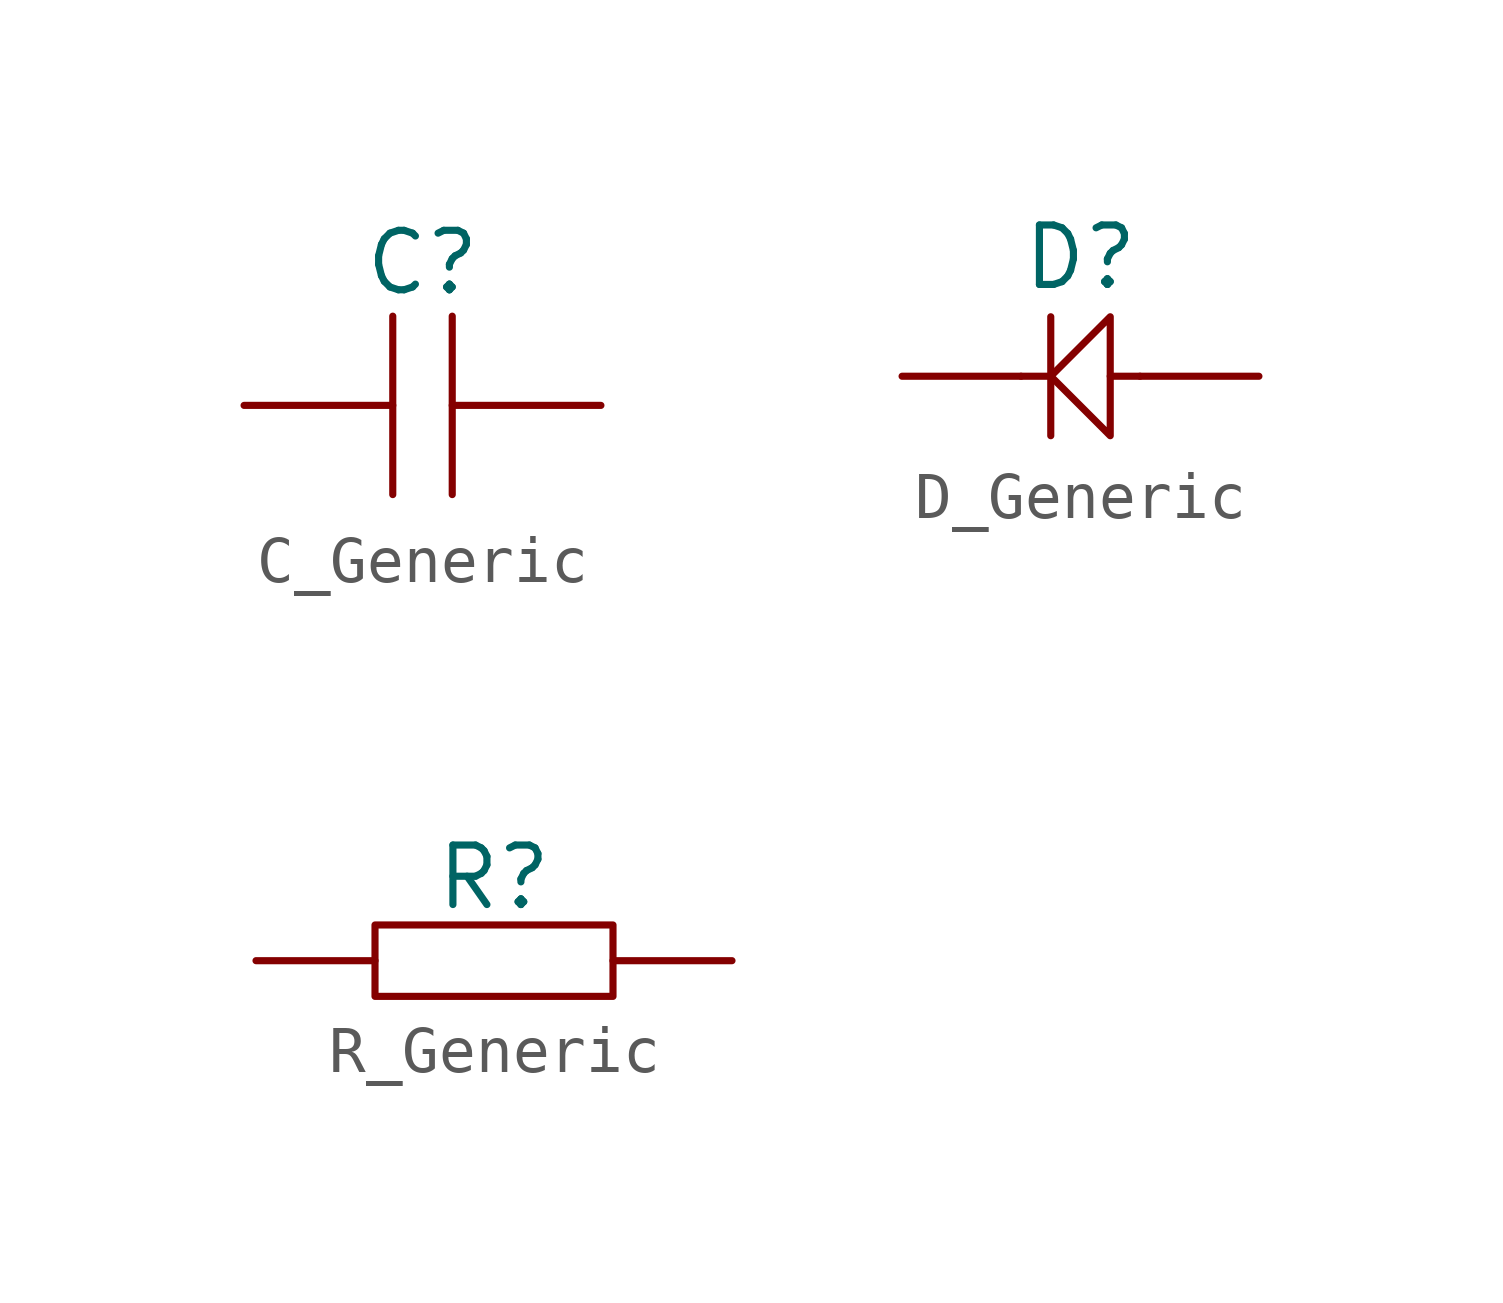
<source format=kicad_sym>
(kicad_symbol_lib
  (version 20241209)
  (generator "kicad_symbol_editor")
  (generator_version "9.0")
  (symbol "C_Generic"
    (pin_numbers
      (hide yes))
    (property "Reference" "C"
      (at 0 3.048 0)
      (effects (font (size 1.27 1.27))))
    (property "Value" ""
      (at 0 0 0)
      (effects (font (size 1.27 1.27))))
    (symbol "C_Generic_0_1"
      (polyline (pts (xy -0.635 1.905) (xy -0.635 -1.905)) (stroke (width 0) (type default)) (fill (type none)))
      (polyline (pts (xy 0.635 1.905) (xy 0.635 -1.905)) (stroke (width 0) (type default)) (fill (type none))))
    (symbol "C_Generic_1_1"
      (pin passive line (at -3.81 0 0) (length 3.175) (name "" (effects (font (size 1.27 1.27)))) (number "1" (effects (font (size 1.27 1.27)))))
      (pin passive line (at 3.81 0 180) (length 3.175) (name "" (effects (font (size 1.27 1.27)))) (number "2" (effects (font (size 1.27 1.27)))))))
  (symbol "D_Generic"
    (pin_numbers
      (hide yes))
    (pin_names
      (hide yes))
    (property "Reference" "D"
      (at 0 2.54 0)
      (effects (font (size 1.27 1.27))))
    (property "Value" ""
      (at 0 0 0)
      (effects (font (size 1.27 1.27))))
    (symbol "D_Generic_0_1"
      (polyline (pts (xy -1.27 0) (xy -0.635 0)) (stroke (width 0) (type default)) (fill (type none)))
      (polyline (pts (xy -0.635 1.27) (xy -0.635 -1.27)) (stroke (width 0) (type default)) (fill (type none)))
      (polyline (pts (xy -0.635 0) (xy 0.635 1.27) (xy 0.635 -1.27) (xy -0.635 0)) (stroke (width 0) (type default)) (fill (type none)))
      (polyline (pts (xy 0.635 0) (xy 1.27 0)) (stroke (width 0) (type default)) (fill (type none))))
    (symbol "D_Generic_1_1"
      (pin passive line (at -3.81 0 0) (length 2.54) (name "K" (effects (font (size 1.27 1.27)))) (number "2" (effects (font (size 1.27 1.27)))))
      (pin passive line (at 3.81 0 180) (length 2.54) (name "A" (effects (font (size 1.27 1.27)))) (number "1" (effects (font (size 1.27 1.27)))))))
  (symbol "R_Generic"
    (pin_numbers
      (hide yes))
    (property "Reference" "R"
      (at 0 1.778 0)
      (effects (font (size 1.27 1.27))))
    (property "Value" ""
      (at 0 0 0)
      (effects (font (size 1.27 1.27))))
    (symbol "R_Generic_0_1"
      (rectangle (start -2.54 0.762) (end 2.54 -0.762) (stroke (width 0) (type default)) (fill (type none))))
    (symbol "R_Generic_1_0"
      (pin passive line (at -5.08 0 0) (length 2.54) (name "" (effects (font (size 1.27 1.27)))) (number "1" (effects (font (size 1.27 1.27)))))
      (pin passive line (at 5.08 0 180) (length 2.54) (name "" (effects (font (size 1.27 1.27)))) (number "2" (effects (font (size 1.27 1.27))))))))
</source>
